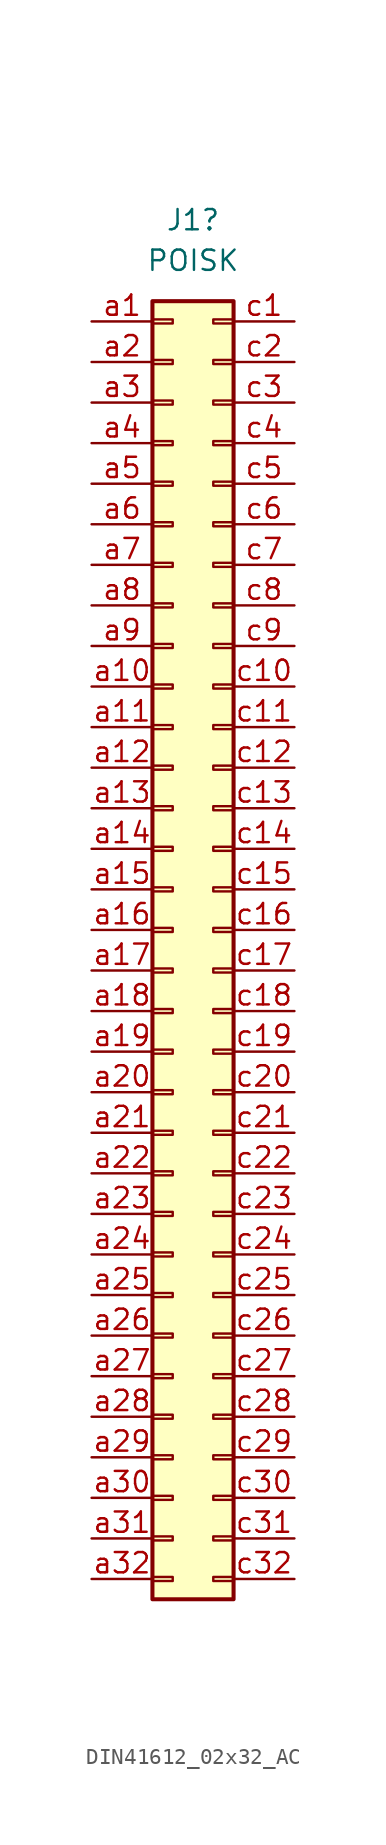
<source format=kicad_sym>
(kicad_symbol_lib
  (version 20211014)
  (generator kicad_symbol_editor)
  (symbol "DIN41612_02x32_AC"
    (pin_names
      (offset 1.016) hide)
    (property "Reference" "J1"
      (at 1.27 44.45 0)
      (effects (font (size 1.27 1.27))))
    (property "Value" "POISK"
      (at 1.27 41.91 0)
      (effects (font (size 1.27 1.27))))
    (symbol "DIN41612_02x32_AC_1_1"
      (rectangle (start -1.27 -40.513) (end 0 -40.767) (stroke (width 0.152) (type default) (color 0 0 0 0)) (fill (type none)))
      (rectangle (start -1.27 -37.973) (end 0 -38.227) (stroke (width 0.152) (type default) (color 0 0 0 0)) (fill (type none)))
      (rectangle (start -1.27 -35.433) (end 0 -35.687) (stroke (width 0.152) (type default) (color 0 0 0 0)) (fill (type none)))
      (rectangle (start -1.27 -32.893) (end 0 -33.147) (stroke (width 0.152) (type default) (color 0 0 0 0)) (fill (type none)))
      (rectangle (start -1.27 -30.353) (end 0 -30.607) (stroke (width 0.152) (type default) (color 0 0 0 0)) (fill (type none)))
      (rectangle (start -1.27 -27.813) (end 0 -28.067) (stroke (width 0.152) (type default) (color 0 0 0 0)) (fill (type none)))
      (rectangle (start -1.27 -25.273) (end 0 -25.527) (stroke (width 0.152) (type default) (color 0 0 0 0)) (fill (type none)))
      (rectangle (start -1.27 -22.733) (end 0 -22.987) (stroke (width 0.152) (type default) (color 0 0 0 0)) (fill (type none)))
      (rectangle (start -1.27 -20.193) (end 0 -20.447) (stroke (width 0.152) (type default) (color 0 0 0 0)) (fill (type none)))
      (rectangle (start -1.27 -17.653) (end 0 -17.907) (stroke (width 0.152) (type default) (color 0 0 0 0)) (fill (type none)))
      (rectangle (start -1.27 -15.113) (end 0 -15.367) (stroke (width 0.152) (type default) (color 0 0 0 0)) (fill (type none)))
      (rectangle (start -1.27 -12.573) (end 0 -12.827) (stroke (width 0.152) (type default) (color 0 0 0 0)) (fill (type none)))
      (rectangle (start -1.27 -10.033) (end 0 -10.287) (stroke (width 0.152) (type default) (color 0 0 0 0)) (fill (type none)))
      (rectangle (start -1.27 -7.493) (end 0 -7.747) (stroke (width 0.152) (type default) (color 0 0 0 0)) (fill (type none)))
      (rectangle (start -1.27 -4.953) (end 0 -5.207) (stroke (width 0.152) (type default) (color 0 0 0 0)) (fill (type none)))
      (rectangle (start -1.27 -2.413) (end 0 -2.667) (stroke (width 0.152) (type default) (color 0 0 0 0)) (fill (type none)))
      (rectangle (start -1.27 0.127) (end 0 -0.127) (stroke (width 0.152) (type default) (color 0 0 0 0)) (fill (type none)))
      (rectangle (start -1.27 2.667) (end 0 2.413) (stroke (width 0.152) (type default) (color 0 0 0 0)) (fill (type none)))
      (rectangle (start -1.27 5.207) (end 0 4.953) (stroke (width 0.152) (type default) (color 0 0 0 0)) (fill (type none)))
      (rectangle (start -1.27 7.747) (end 0 7.493) (stroke (width 0.152) (type default) (color 0 0 0 0)) (fill (type none)))
      (rectangle (start -1.27 10.287) (end 0 10.033) (stroke (width 0.152) (type default) (color 0 0 0 0)) (fill (type none)))
      (rectangle (start -1.27 12.827) (end 0 12.573) (stroke (width 0.152) (type default) (color 0 0 0 0)) (fill (type none)))
      (rectangle (start -1.27 15.367) (end 0 15.113) (stroke (width 0.152) (type default) (color 0 0 0 0)) (fill (type none)))
      (rectangle (start -1.27 17.907) (end 0 17.653) (stroke (width 0.152) (type default) (color 0 0 0 0)) (fill (type none)))
      (rectangle (start -1.27 20.447) (end 0 20.193) (stroke (width 0.152) (type default) (color 0 0 0 0)) (fill (type none)))
      (rectangle (start -1.27 22.987) (end 0 22.733) (stroke (width 0.152) (type default) (color 0 0 0 0)) (fill (type none)))
      (rectangle (start -1.27 25.527) (end 0 25.273) (stroke (width 0.152) (type default) (color 0 0 0 0)) (fill (type none)))
      (rectangle (start -1.27 28.067) (end 0 27.813) (stroke (width 0.152) (type default) (color 0 0 0 0)) (fill (type none)))
      (rectangle (start -1.27 30.607) (end 0 30.353) (stroke (width 0.152) (type default) (color 0 0 0 0)) (fill (type none)))
      (rectangle (start -1.27 33.147) (end 0 32.893) (stroke (width 0.152) (type default) (color 0 0 0 0)) (fill (type none)))
      (rectangle (start -1.27 35.687) (end 0 35.433) (stroke (width 0.152) (type default) (color 0 0 0 0)) (fill (type none)))
      (rectangle (start -1.27 38.227) (end 0 37.973) (stroke (width 0.152) (type default) (color 0 0 0 0)) (fill (type none)))
      (rectangle (start -1.27 39.37) (end 3.81 -41.91) (stroke (width 0.254) (type default) (color 0 0 0 0)) (fill (type background)))
      (rectangle (start 3.81 -40.513) (end 2.54 -40.767) (stroke (width 0.152) (type default) (color 0 0 0 0)) (fill (type none)))
      (rectangle (start 3.81 -37.973) (end 2.54 -38.227) (stroke (width 0.152) (type default) (color 0 0 0 0)) (fill (type none)))
      (rectangle (start 3.81 -35.433) (end 2.54 -35.687) (stroke (width 0.152) (type default) (color 0 0 0 0)) (fill (type none)))
      (rectangle (start 3.81 -32.893) (end 2.54 -33.147) (stroke (width 0.152) (type default) (color 0 0 0 0)) (fill (type none)))
      (rectangle (start 3.81 -30.353) (end 2.54 -30.607) (stroke (width 0.152) (type default) (color 0 0 0 0)) (fill (type none)))
      (rectangle (start 3.81 -27.813) (end 2.54 -28.067) (stroke (width 0.152) (type default) (color 0 0 0 0)) (fill (type none)))
      (rectangle (start 3.81 -25.273) (end 2.54 -25.527) (stroke (width 0.152) (type default) (color 0 0 0 0)) (fill (type none)))
      (rectangle (start 3.81 -22.733) (end 2.54 -22.987) (stroke (width 0.152) (type default) (color 0 0 0 0)) (fill (type none)))
      (rectangle (start 3.81 -20.193) (end 2.54 -20.447) (stroke (width 0.152) (type default) (color 0 0 0 0)) (fill (type none)))
      (rectangle (start 3.81 -17.653) (end 2.54 -17.907) (stroke (width 0.152) (type default) (color 0 0 0 0)) (fill (type none)))
      (rectangle (start 3.81 -15.113) (end 2.54 -15.367) (stroke (width 0.152) (type default) (color 0 0 0 0)) (fill (type none)))
      (rectangle (start 3.81 -12.573) (end 2.54 -12.827) (stroke (width 0.152) (type default) (color 0 0 0 0)) (fill (type none)))
      (rectangle (start 3.81 -10.033) (end 2.54 -10.287) (stroke (width 0.152) (type default) (color 0 0 0 0)) (fill (type none)))
      (rectangle (start 3.81 -7.493) (end 2.54 -7.747) (stroke (width 0.152) (type default) (color 0 0 0 0)) (fill (type none)))
      (rectangle (start 3.81 -4.953) (end 2.54 -5.207) (stroke (width 0.152) (type default) (color 0 0 0 0)) (fill (type none)))
      (rectangle (start 3.81 -2.413) (end 2.54 -2.667) (stroke (width 0.152) (type default) (color 0 0 0 0)) (fill (type none)))
      (rectangle (start 3.81 0.127) (end 2.54 -0.127) (stroke (width 0.152) (type default) (color 0 0 0 0)) (fill (type none)))
      (rectangle (start 3.81 2.667) (end 2.54 2.413) (stroke (width 0.152) (type default) (color 0 0 0 0)) (fill (type none)))
      (rectangle (start 3.81 5.207) (end 2.54 4.953) (stroke (width 0.152) (type default) (color 0 0 0 0)) (fill (type none)))
      (rectangle (start 3.81 7.747) (end 2.54 7.493) (stroke (width 0.152) (type default) (color 0 0 0 0)) (fill (type none)))
      (rectangle (start 3.81 10.287) (end 2.54 10.033) (stroke (width 0.152) (type default) (color 0 0 0 0)) (fill (type none)))
      (rectangle (start 3.81 12.827) (end 2.54 12.573) (stroke (width 0.152) (type default) (color 0 0 0 0)) (fill (type none)))
      (rectangle (start 3.81 15.367) (end 2.54 15.113) (stroke (width 0.152) (type default) (color 0 0 0 0)) (fill (type none)))
      (rectangle (start 3.81 17.907) (end 2.54 17.653) (stroke (width 0.152) (type default) (color 0 0 0 0)) (fill (type none)))
      (rectangle (start 3.81 20.447) (end 2.54 20.193) (stroke (width 0.152) (type default) (color 0 0 0 0)) (fill (type none)))
      (rectangle (start 3.81 22.987) (end 2.54 22.733) (stroke (width 0.152) (type default) (color 0 0 0 0)) (fill (type none)))
      (rectangle (start 3.81 25.527) (end 2.54 25.273) (stroke (width 0.152) (type default) (color 0 0 0 0)) (fill (type none)))
      (rectangle (start 3.81 28.067) (end 2.54 27.813) (stroke (width 0.152) (type default) (color 0 0 0 0)) (fill (type none)))
      (rectangle (start 3.81 30.607) (end 2.54 30.353) (stroke (width 0.152) (type default) (color 0 0 0 0)) (fill (type none)))
      (rectangle (start 3.81 33.147) (end 2.54 32.893) (stroke (width 0.152) (type default) (color 0 0 0 0)) (fill (type none)))
      (rectangle (start 3.81 35.687) (end 2.54 35.433) (stroke (width 0.152) (type default) (color 0 0 0 0)) (fill (type none)))
      (rectangle (start 3.81 38.227) (end 2.54 37.973) (stroke (width 0.152) (type default) (color 0 0 0 0)) (fill (type none)))
      (pin output line (at -5.08 38.1 0) (length 3.81) (name "Pin_a1" (effects (font (size 1.27 1.27)))) (number "a1" (effects (font (size 1.27 1.27)))))
      (pin passive line (at -5.08 15.24 0) (length 3.81) (name "Pin_a10" (effects (font (size 1.27 1.27)))) (number "a10" (effects (font (size 1.27 1.27)))))
      (pin passive line (at -5.08 12.7 0) (length 3.81) (name "Pin_a11" (effects (font (size 1.27 1.27)))) (number "a11" (effects (font (size 1.27 1.27)))))
      (pin output line (at -5.08 10.16 0) (length 3.81) (name "Pin_a12" (effects (font (size 1.27 1.27)))) (number "a12" (effects (font (size 1.27 1.27)))))
      (pin passive line (at -5.08 7.62 0) (length 3.81) (name "Pin_a13" (effects (font (size 1.27 1.27)))) (number "a13" (effects (font (size 1.27 1.27)))))
      (pin output line (at -5.08 5.08 0) (length 3.81) (name "Pin_a14" (effects (font (size 1.27 1.27)))) (number "a14" (effects (font (size 1.27 1.27)))))
      (pin output line (at -5.08 2.54 0) (length 3.81) (name "Pin_a15" (effects (font (size 1.27 1.27)))) (number "a15" (effects (font (size 1.27 1.27)))))
      (pin output line (at -5.08 0 0) (length 3.81) (name "Pin_a16" (effects (font (size 1.27 1.27)))) (number "a16" (effects (font (size 1.27 1.27)))))
      (pin output line (at -5.08 -2.54 0) (length 3.81) (name "Pin_a17" (effects (font (size 1.27 1.27)))) (number "a17" (effects (font (size 1.27 1.27)))))
      (pin output line (at -5.08 -5.08 0) (length 3.81) (name "Pin_a18" (effects (font (size 1.27 1.27)))) (number "a18" (effects (font (size 1.27 1.27)))))
      (pin output line (at -5.08 -7.62 0) (length 3.81) (name "Pin_a19" (effects (font (size 1.27 1.27)))) (number "a19" (effects (font (size 1.27 1.27)))))
      (pin output line (at -5.08 35.56 0) (length 3.81) (name "Pin_a2" (effects (font (size 1.27 1.27)))) (number "a2" (effects (font (size 1.27 1.27)))))
      (pin bidirectional line (at -5.08 -10.16 0) (length 3.81) (name "Pin_a20" (effects (font (size 1.27 1.27)))) (number "a20" (effects (font (size 1.27 1.27)))))
      (pin bidirectional line (at -5.08 -12.7 0) (length 3.81) (name "Pin_a21" (effects (font (size 1.27 1.27)))) (number "a21" (effects (font (size 1.27 1.27)))))
      (pin bidirectional line (at -5.08 -15.24 0) (length 3.81) (name "Pin_a22" (effects (font (size 1.27 1.27)))) (number "a22" (effects (font (size 1.27 1.27)))))
      (pin bidirectional line (at -5.08 -17.78 0) (length 3.81) (name "Pin_a23" (effects (font (size 1.27 1.27)))) (number "a23" (effects (font (size 1.27 1.27)))))
      (pin passive line (at -5.08 -20.32 0) (length 3.81) (name "Pin_a24" (effects (font (size 1.27 1.27)))) (number "a24" (effects (font (size 1.27 1.27)))))
      (pin passive line (at -5.08 -22.86 0) (length 3.81) (name "Pin_a25" (effects (font (size 1.27 1.27)))) (number "a25" (effects (font (size 1.27 1.27)))))
      (pin power_in line (at -5.08 -25.4 0) (length 3.81) (name "Pin_a26" (effects (font (size 1.27 1.27)))) (number "a26" (effects (font (size 1.27 1.27)))))
      (pin power_in line (at -5.08 -27.94 0) (length 3.81) (name "Pin_a27" (effects (font (size 1.27 1.27)))) (number "a27" (effects (font (size 1.27 1.27)))))
      (pin power_in line (at -5.08 -30.48 0) (length 3.81) (name "Pin_a28" (effects (font (size 1.27 1.27)))) (number "a28" (effects (font (size 1.27 1.27)))))
      (pin power_in line (at -5.08 -33.02 0) (length 3.81) (name "Pin_a29" (effects (font (size 1.27 1.27)))) (number "a29" (effects (font (size 1.27 1.27)))))
      (pin output line (at -5.08 33.02 0) (length 3.81) (name "Pin_a3" (effects (font (size 1.27 1.27)))) (number "a3" (effects (font (size 1.27 1.27)))))
      (pin power_in line (at -5.08 -35.56 0) (length 3.81) (name "Pin_a30" (effects (font (size 1.27 1.27)))) (number "a30" (effects (font (size 1.27 1.27)))))
      (pin passive line (at -5.08 -38.1 0) (length 3.81) (name "Pin_a31" (effects (font (size 1.27 1.27)))) (number "a31" (effects (font (size 1.27 1.27)))))
      (pin passive line (at -5.08 -40.64 0) (length 3.81) (name "Pin_a32" (effects (font (size 1.27 1.27)))) (number "a32" (effects (font (size 1.27 1.27)))))
      (pin output line (at -5.08 30.48 0) (length 3.81) (name "Pin_a4" (effects (font (size 1.27 1.27)))) (number "a4" (effects (font (size 1.27 1.27)))))
      (pin passive line (at -5.08 27.94 0) (length 3.81) (name "Pin_a5" (effects (font (size 1.27 1.27)))) (number "a5" (effects (font (size 1.27 1.27)))))
      (pin passive line (at -5.08 25.4 0) (length 3.81) (name "Pin_a6" (effects (font (size 1.27 1.27)))) (number "a6" (effects (font (size 1.27 1.27)))))
      (pin passive line (at -5.08 22.86 0) (length 3.81) (name "Pin_a7" (effects (font (size 1.27 1.27)))) (number "a7" (effects (font (size 1.27 1.27)))))
      (pin passive line (at -5.08 20.32 0) (length 3.81) (name "Pin_a8" (effects (font (size 1.27 1.27)))) (number "a8" (effects (font (size 1.27 1.27)))))
      (pin passive line (at -5.08 17.78 0) (length 3.81) (name "Pin_a9" (effects (font (size 1.27 1.27)))) (number "a9" (effects (font (size 1.27 1.27)))))
      (pin output line (at 7.62 38.1 180) (length 3.81) (name "Pin_c1" (effects (font (size 1.27 1.27)))) (number "c1" (effects (font (size 1.27 1.27)))))
      (pin passive line (at 7.62 15.24 180) (length 3.81) (name "Pin_c10" (effects (font (size 1.27 1.27)))) (number "c10" (effects (font (size 1.27 1.27)))))
      (pin passive line (at 7.62 12.7 180) (length 3.81) (name "Pin_c11" (effects (font (size 1.27 1.27)))) (number "c11" (effects (font (size 1.27 1.27)))))
      (pin output line (at 7.62 10.16 180) (length 3.81) (name "Pin_c12" (effects (font (size 1.27 1.27)))) (number "c12" (effects (font (size 1.27 1.27)))))
      (pin passive line (at 7.62 7.62 180) (length 3.81) (name "Pin_c13" (effects (font (size 1.27 1.27)))) (number "c13" (effects (font (size 1.27 1.27)))))
      (pin output line (at 7.62 5.08 180) (length 3.81) (name "Pin_c14" (effects (font (size 1.27 1.27)))) (number "c14" (effects (font (size 1.27 1.27)))))
      (pin output line (at 7.62 2.54 180) (length 3.81) (name "Pin_c15" (effects (font (size 1.27 1.27)))) (number "c15" (effects (font (size 1.27 1.27)))))
      (pin output line (at 7.62 0 180) (length 3.81) (name "Pin_c16" (effects (font (size 1.27 1.27)))) (number "c16" (effects (font (size 1.27 1.27)))))
      (pin output line (at 7.62 -2.54 180) (length 3.81) (name "Pin_c17" (effects (font (size 1.27 1.27)))) (number "c17" (effects (font (size 1.27 1.27)))))
      (pin output line (at 7.62 -5.08 180) (length 3.81) (name "Pin_c18" (effects (font (size 1.27 1.27)))) (number "c18" (effects (font (size 1.27 1.27)))))
      (pin output line (at 7.62 -7.62 180) (length 3.81) (name "Pin_c19" (effects (font (size 1.27 1.27)))) (number "c19" (effects (font (size 1.27 1.27)))))
      (pin output line (at 7.62 35.56 180) (length 3.81) (name "Pin_c2" (effects (font (size 1.27 1.27)))) (number "c2" (effects (font (size 1.27 1.27)))))
      (pin bidirectional line (at 7.62 -10.16 180) (length 3.81) (name "Pin_c20" (effects (font (size 1.27 1.27)))) (number "c20" (effects (font (size 1.27 1.27)))))
      (pin bidirectional line (at 7.62 -12.7 180) (length 3.81) (name "Pin_c21" (effects (font (size 1.27 1.27)))) (number "c21" (effects (font (size 1.27 1.27)))))
      (pin bidirectional line (at 7.62 -15.24 180) (length 3.81) (name "Pin_c22" (effects (font (size 1.27 1.27)))) (number "c22" (effects (font (size 1.27 1.27)))))
      (pin bidirectional line (at 7.62 -17.78 180) (length 3.81) (name "Pin_c23" (effects (font (size 1.27 1.27)))) (number "c23" (effects (font (size 1.27 1.27)))))
      (pin passive line (at 7.62 -20.32 180) (length 3.81) (name "Pin_c24" (effects (font (size 1.27 1.27)))) (number "c24" (effects (font (size 1.27 1.27)))))
      (pin passive line (at 7.62 -22.86 180) (length 3.81) (name "Pin_c25" (effects (font (size 1.27 1.27)))) (number "c25" (effects (font (size 1.27 1.27)))))
      (pin power_in line (at 7.62 -25.4 180) (length 3.81) (name "Pin_c26" (effects (font (size 1.27 1.27)))) (number "c26" (effects (font (size 1.27 1.27)))))
      (pin power_in line (at 7.62 -27.94 180) (length 3.81) (name "Pin_c27" (effects (font (size 1.27 1.27)))) (number "c27" (effects (font (size 1.27 1.27)))))
      (pin power_in line (at 7.62 -30.48 180) (length 3.81) (name "Pin_c28" (effects (font (size 1.27 1.27)))) (number "c28" (effects (font (size 1.27 1.27)))))
      (pin power_in line (at 7.62 -33.02 180) (length 3.81) (name "Pin_c29" (effects (font (size 1.27 1.27)))) (number "c29" (effects (font (size 1.27 1.27)))))
      (pin output line (at 7.62 33.02 180) (length 3.81) (name "Pin_c3" (effects (font (size 1.27 1.27)))) (number "c3" (effects (font (size 1.27 1.27)))))
      (pin power_in line (at 7.62 -35.56 180) (length 3.81) (name "Pin_c30" (effects (font (size 1.27 1.27)))) (number "c30" (effects (font (size 1.27 1.27)))))
      (pin passive line (at 7.62 -38.1 180) (length 3.81) (name "Pin_c31" (effects (font (size 1.27 1.27)))) (number "c31" (effects (font (size 1.27 1.27)))))
      (pin passive line (at 7.62 -40.64 180) (length 3.81) (name "Pin_c32" (effects (font (size 1.27 1.27)))) (number "c32" (effects (font (size 1.27 1.27)))))
      (pin output line (at 7.62 30.48 180) (length 3.81) (name "Pin_c4" (effects (font (size 1.27 1.27)))) (number "c4" (effects (font (size 1.27 1.27)))))
      (pin passive line (at 7.62 27.94 180) (length 3.81) (name "Pin_c5" (effects (font (size 1.27 1.27)))) (number "c5" (effects (font (size 1.27 1.27)))))
      (pin passive line (at 7.62 25.4 180) (length 3.81) (name "Pin_c6" (effects (font (size 1.27 1.27)))) (number "c6" (effects (font (size 1.27 1.27)))))
      (pin passive line (at 7.62 22.86 180) (length 3.81) (name "Pin_c7" (effects (font (size 1.27 1.27)))) (number "c7" (effects (font (size 1.27 1.27)))))
      (pin passive line (at 7.62 20.32 180) (length 3.81) (name "Pin_c8" (effects (font (size 1.27 1.27)))) (number "c8" (effects (font (size 1.27 1.27)))))
      (pin passive line (at 7.62 17.78 180) (length 3.81) (name "Pin_c9" (effects (font (size 1.27 1.27)))) (number "c9" (effects (font (size 1.27 1.27))))))))
</source>
